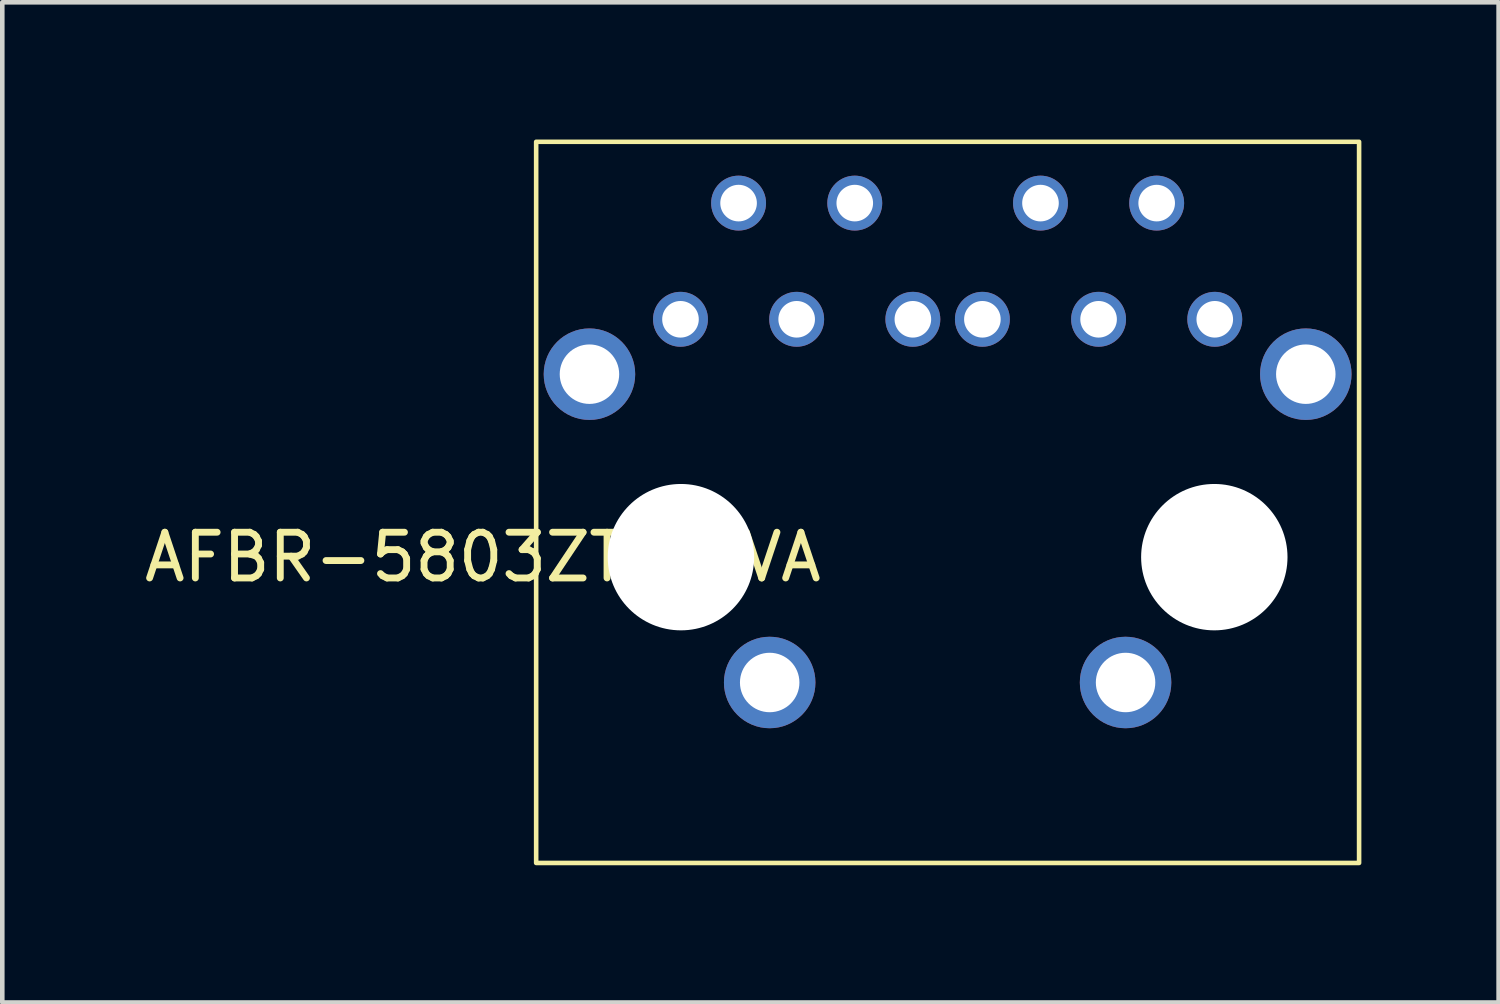
<source format=kicad_pcb>
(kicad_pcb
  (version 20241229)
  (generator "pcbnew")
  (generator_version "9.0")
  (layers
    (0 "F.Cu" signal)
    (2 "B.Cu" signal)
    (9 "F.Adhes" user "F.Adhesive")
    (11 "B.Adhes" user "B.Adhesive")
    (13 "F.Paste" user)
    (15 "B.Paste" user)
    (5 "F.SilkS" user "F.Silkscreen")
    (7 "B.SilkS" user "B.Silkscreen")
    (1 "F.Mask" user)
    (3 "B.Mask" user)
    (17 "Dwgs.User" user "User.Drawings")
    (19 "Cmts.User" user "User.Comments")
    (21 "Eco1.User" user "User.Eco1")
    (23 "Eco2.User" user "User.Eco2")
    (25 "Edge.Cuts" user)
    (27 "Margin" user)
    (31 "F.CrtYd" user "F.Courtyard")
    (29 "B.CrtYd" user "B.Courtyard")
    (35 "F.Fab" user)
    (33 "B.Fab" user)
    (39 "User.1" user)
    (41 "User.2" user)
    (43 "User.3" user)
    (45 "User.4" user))
  (footprint "AFBR-5803ZTZ_AVA"
    (layer "F.Cu")
    (at 17.666 9.13)
    (property "Reference" "AFBR-5803ZTZ_AVA" (at -10.16 0 0) (unlocked yes) (layer "F.SilkS") (effects (font (size 1 1) (thickness 0.15))))
    (attr through_hole)
    (fp_rect (start -8.995 -9.08) (end 8.995 6.685) (stroke (width 0.1) (type solid)) (fill no) (layer "F.SilkS"))
    (pad "" np_thru_hole circle (at -5.83 0) (size 3.2 3.2) (drill 3.2) (layers "*.Cu" "*.Mask"))
    (pad "" np_thru_hole circle (at 5.83 0) (size 3.2 3.2) (drill 3.2) (layers "*.Cu" "*.Mask"))
    (pad "1" thru_hole circle (at -5.84 -5.2) (size 1.2 1.2) (drill 0.8) (layers "*.Cu" "*.Mask"))
    (pad "2" thru_hole circle (at -4.57 -7.74) (size 1.2 1.2) (drill 0.8) (layers "*.Cu" "*.Mask"))
    (pad "3" thru_hole circle (at -3.3 -5.2) (size 1.2 1.2) (drill 0.8) (layers "*.Cu" "*.Mask"))
    (pad "4" thru_hole circle (at -2.03 -7.74) (size 1.2 1.2) (drill 0.8) (layers "*.Cu" "*.Mask"))
    (pad "5" thru_hole circle (at -0.76 -5.2) (size 1.2 1.2) (drill 0.8) (layers "*.Cu" "*.Mask"))
    (pad "6" thru_hole circle (at 0.76 -5.2) (size 1.2 1.2) (drill 0.8) (layers "*.Cu" "*.Mask"))
    (pad "7" thru_hole circle (at 2.03 -7.74) (size 1.2 1.2) (drill 0.8) (layers "*.Cu" "*.Mask"))
    (pad "8" thru_hole circle (at 3.3 -5.2) (size 1.2 1.2) (drill 0.8) (layers "*.Cu" "*.Mask"))
    (pad "9" thru_hole circle (at 4.57 -7.74) (size 1.2 1.2) (drill 0.8) (layers "*.Cu" "*.Mask"))
    (pad "10" thru_hole circle (at 5.84 -5.2) (size 1.2 1.2) (drill 0.8) (layers "*.Cu" "*.Mask"))
    (pad "11" thru_hole circle (at -7.83 -4) (size 2 2) (drill 1.3) (layers "*.Cu" "*.Mask"))
    (pad "12" thru_hole circle (at 7.83 -4) (size 2 2) (drill 1.3) (layers "*.Cu" "*.Mask"))
    (pad "13" thru_hole circle (at -3.89 2.74) (size 2 2) (drill 1.3) (layers "*.Cu" "*.Mask"))
    (pad "14" thru_hole circle (at 3.89 2.74) (size 2 2) (drill 1.3) (layers "*.Cu" "*.Mask")))
  (gr_rect
    (start -3 -3)
    (end 29.711 18.865)
    (stroke (width 0.1) (type default))
    (fill no)
    (layer "Edge.Cuts")))
</source>
